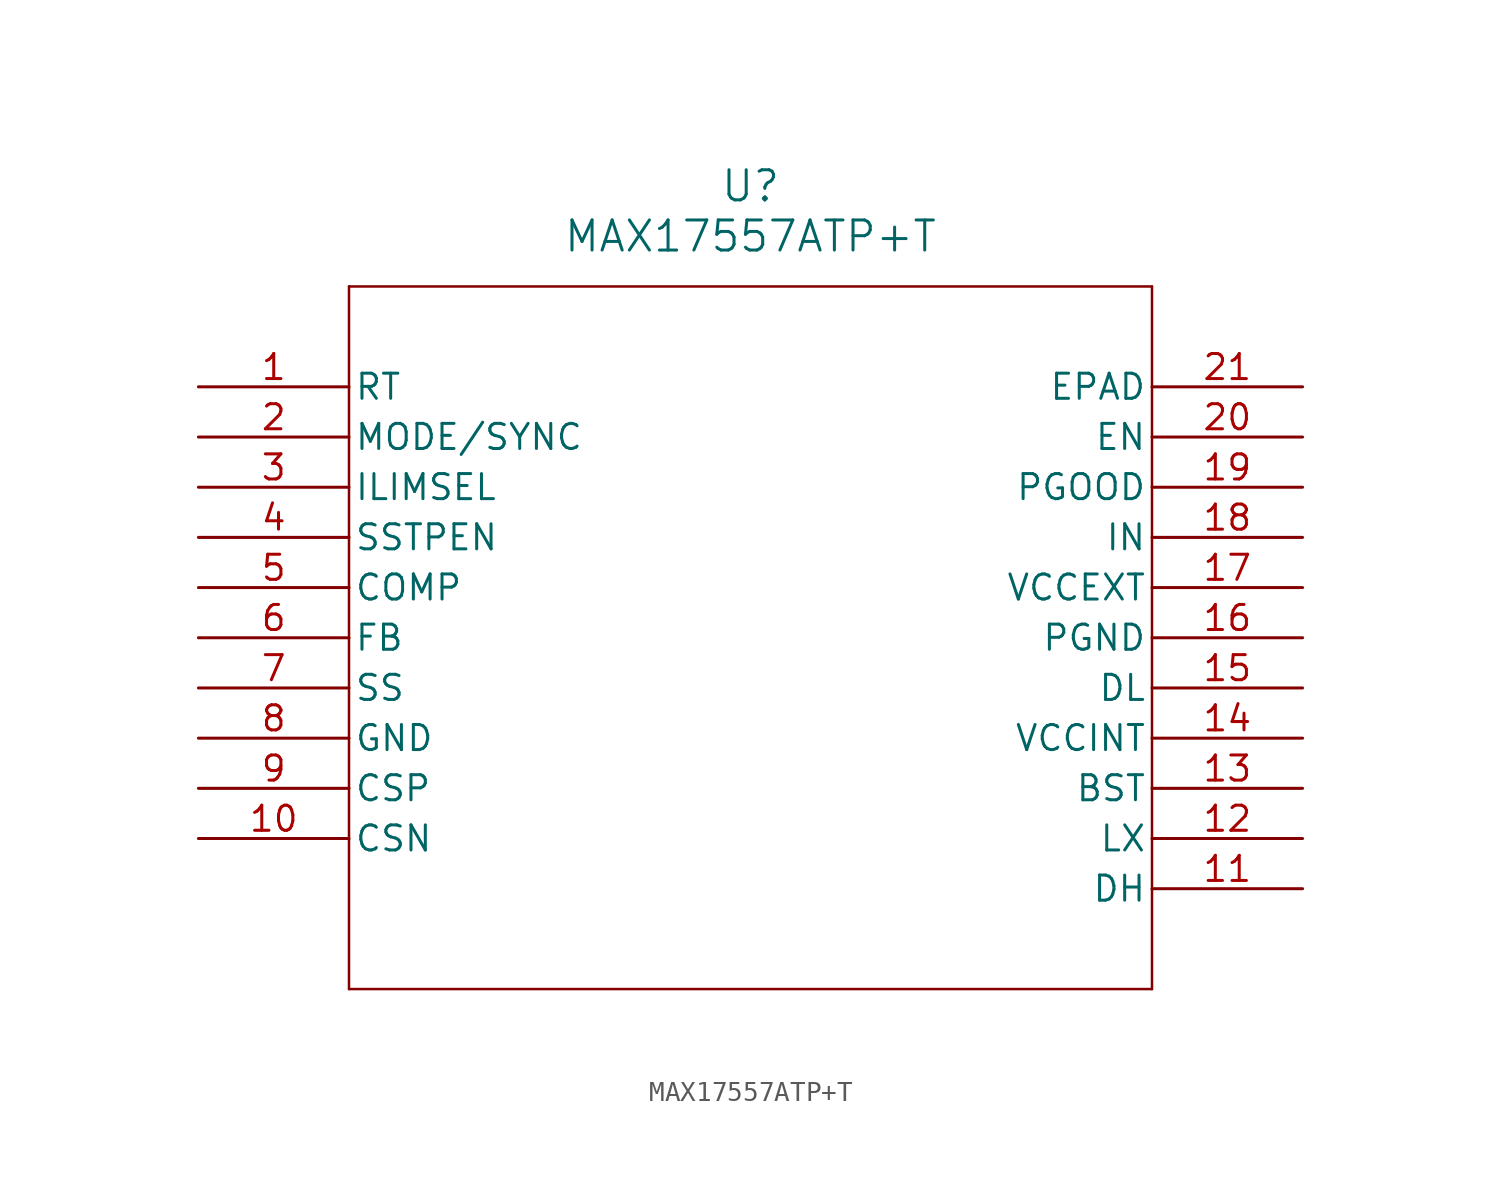
<source format=kicad_sym>
(kicad_symbol_lib
  (version 20211014)
  (generator kicad_symbol_editor)
  (symbol "MAX17557ATP+T"
    (pin_names
      (offset 0.254))
    (property "Reference" "U"
      (at 27.94 10.16 0)
      (effects (font (size 1.524 1.524))))
    (property "Value" "MAX17557ATP+T"
      (at 27.94 7.62 0)
      (effects (font (size 1.524 1.524))))
    (symbol "MAX17557ATP+T_0_1"
      (polyline (pts (xy 7.62 5.08) (xy 7.62 -30.48)) (stroke (width 0.127) (type default) (color 0 0 0 0)) (fill (type none)))
      (polyline (pts (xy 7.62 -30.48) (xy 48.26 -30.48)) (stroke (width 0.127) (type default) (color 0 0 0 0)) (fill (type none)))
      (polyline (pts (xy 48.26 -30.48) (xy 48.26 5.08)) (stroke (width 0.127) (type default) (color 0 0 0 0)) (fill (type none)))
      (polyline (pts (xy 48.26 5.08) (xy 7.62 5.08)) (stroke (width 0.127) (type default) (color 0 0 0 0)) (fill (type none)))
      (pin unspecified line (at 0 0 0) (length 7.62) (name "RT" (effects (font (size 1.27 1.27)))) (number "1" (effects (font (size 1.27 1.27)))))
      (pin unspecified line (at 0 -2.54 0) (length 7.62) (name "MODE/SYNC" (effects (font (size 1.27 1.27)))) (number "2" (effects (font (size 1.27 1.27)))))
      (pin unspecified line (at 0 -5.08 0) (length 7.62) (name "ILIMSEL" (effects (font (size 1.27 1.27)))) (number "3" (effects (font (size 1.27 1.27)))))
      (pin unspecified line (at 0 -7.62 0) (length 7.62) (name "SSTPEN" (effects (font (size 1.27 1.27)))) (number "4" (effects (font (size 1.27 1.27)))))
      (pin unspecified line (at 0 -10.16 0) (length 7.62) (name "COMP" (effects (font (size 1.27 1.27)))) (number "5" (effects (font (size 1.27 1.27)))))
      (pin unspecified line (at 0 -12.7 0) (length 7.62) (name "FB" (effects (font (size 1.27 1.27)))) (number "6" (effects (font (size 1.27 1.27)))))
      (pin unspecified line (at 0 -15.24 0) (length 7.62) (name "SS" (effects (font (size 1.27 1.27)))) (number "7" (effects (font (size 1.27 1.27)))))
      (pin power_out line (at 0 -17.78 0) (length 7.62) (name "GND" (effects (font (size 1.27 1.27)))) (number "8" (effects (font (size 1.27 1.27)))))
      (pin unspecified line (at 0 -20.32 0) (length 7.62) (name "CSP" (effects (font (size 1.27 1.27)))) (number "9" (effects (font (size 1.27 1.27)))))
      (pin unspecified line (at 0 -22.86 0) (length 7.62) (name "CSN" (effects (font (size 1.27 1.27)))) (number "10" (effects (font (size 1.27 1.27)))))
      (pin unspecified line (at 55.88 -25.4 180) (length 7.62) (name "DH" (effects (font (size 1.27 1.27)))) (number "11" (effects (font (size 1.27 1.27)))))
      (pin unspecified line (at 55.88 -22.86 180) (length 7.62) (name "LX" (effects (font (size 1.27 1.27)))) (number "12" (effects (font (size 1.27 1.27)))))
      (pin unspecified line (at 55.88 -20.32 180) (length 7.62) (name "BST" (effects (font (size 1.27 1.27)))) (number "13" (effects (font (size 1.27 1.27)))))
      (pin power_in line (at 55.88 -17.78 180) (length 7.62) (name "VCCINT" (effects (font (size 1.27 1.27)))) (number "14" (effects (font (size 1.27 1.27)))))
      (pin unspecified line (at 55.88 -15.24 180) (length 7.62) (name "DL" (effects (font (size 1.27 1.27)))) (number "15" (effects (font (size 1.27 1.27)))))
      (pin power_out line (at 55.88 -12.7 180) (length 7.62) (name "PGND" (effects (font (size 1.27 1.27)))) (number "16" (effects (font (size 1.27 1.27)))))
      (pin power_in line (at 55.88 -10.16 180) (length 7.62) (name "VCCEXT" (effects (font (size 1.27 1.27)))) (number "17" (effects (font (size 1.27 1.27)))))
      (pin unspecified line (at 55.88 -7.62 180) (length 7.62) (name "IN" (effects (font (size 1.27 1.27)))) (number "18" (effects (font (size 1.27 1.27)))))
      (pin power_in line (at 55.88 -5.08 180) (length 7.62) (name "PGOOD" (effects (font (size 1.27 1.27)))) (number "19" (effects (font (size 1.27 1.27)))))
      (pin unspecified line (at 55.88 -2.54 180) (length 7.62) (name "EN" (effects (font (size 1.27 1.27)))) (number "20" (effects (font (size 1.27 1.27)))))
      (pin unspecified line (at 55.88 0 180) (length 7.62) (name "EPAD" (effects (font (size 1.27 1.27)))) (number "21" (effects (font (size 1.27 1.27))))))))
</source>
